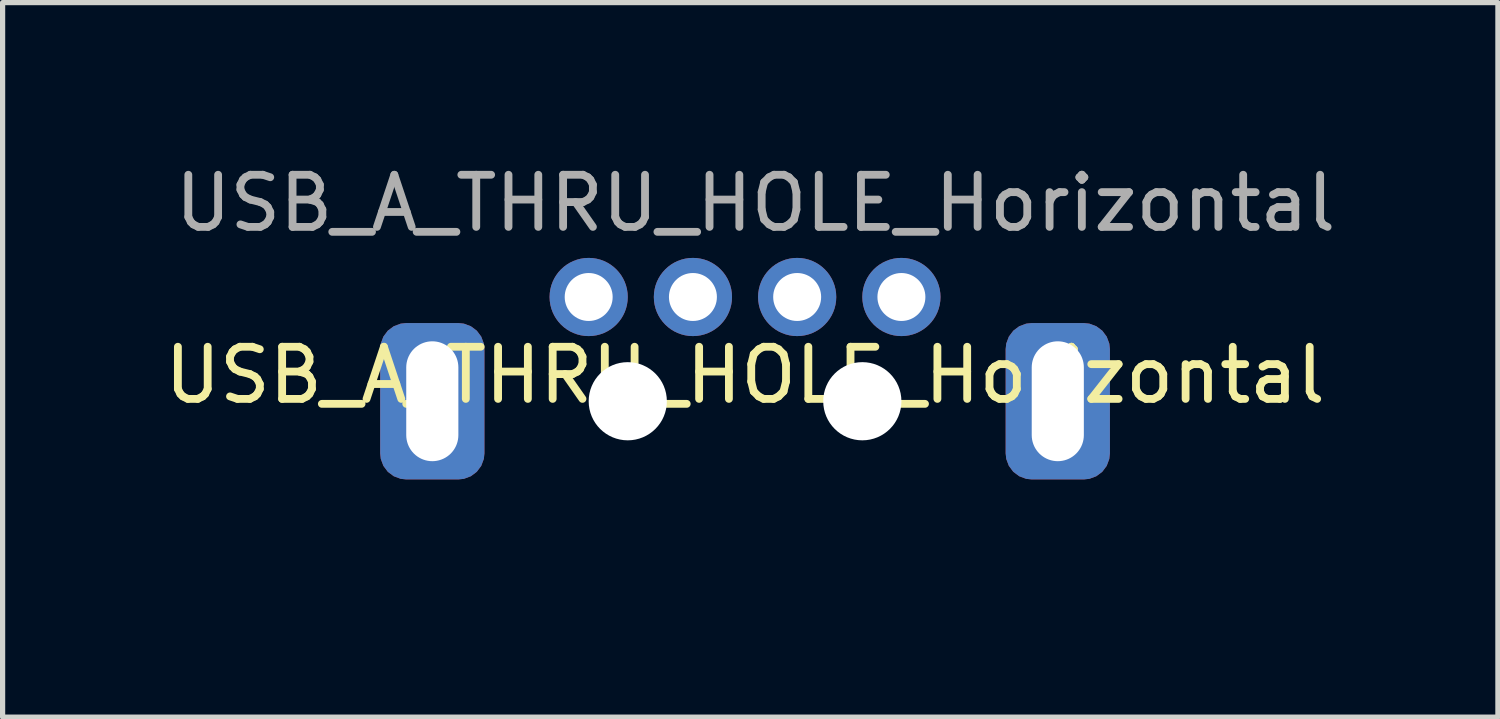
<source format=kicad_pcb>
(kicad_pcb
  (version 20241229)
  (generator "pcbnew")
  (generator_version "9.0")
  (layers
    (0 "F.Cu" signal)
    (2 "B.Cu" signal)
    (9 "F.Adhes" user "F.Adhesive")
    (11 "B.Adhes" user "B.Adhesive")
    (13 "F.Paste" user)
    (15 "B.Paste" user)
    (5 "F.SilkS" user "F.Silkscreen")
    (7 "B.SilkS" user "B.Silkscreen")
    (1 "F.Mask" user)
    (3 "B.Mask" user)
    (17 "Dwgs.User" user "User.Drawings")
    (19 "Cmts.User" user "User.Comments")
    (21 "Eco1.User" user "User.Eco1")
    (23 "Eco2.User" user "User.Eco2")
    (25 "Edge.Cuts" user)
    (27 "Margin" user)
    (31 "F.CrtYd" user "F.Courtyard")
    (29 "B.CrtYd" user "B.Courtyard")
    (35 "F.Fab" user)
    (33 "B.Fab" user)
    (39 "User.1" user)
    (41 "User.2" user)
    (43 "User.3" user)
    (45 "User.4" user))
  (footprint "USB_A_THRU_HOLE_Horizontal"
    (layer "F.Cu")
    (at 11.244 4.648)
    (property "Reference" "USB_A_THRU_HOLE_Horizontal" (at 0 -0.5 0) (unlocked yes) (layer "F.SilkS") (effects (font (size 1 1) (thickness 0.15))))
    (attr smd)
    (fp_line (start -5 3) (end 4 3) (stroke (width 0.12) (type solid)) (layer "User.9"))
    (fp_text user "${REFERENCE}" (at 0.2 -3.8 0) (unlocked yes) (layer "F.Fab") (effects (font (size 1 1) (thickness 0.15))))
    (fp_text user "PCB Edge" (at -0.1 2.2 0) (unlocked yes) (layer "User.9") (effects (font (size 1 1) (thickness 0.15))))
    (pad "" np_thru_hole circle (at -2.25 0) (size 1.5 1.5) (drill 1.5) (layers "*.Cu" "*.Mask"))
    (pad "" np_thru_hole circle (at 2.25 0) (size 1.5 1.5) (drill 1.5) (layers "*.Cu" "*.Mask"))
    (pad "1" thru_hole circle (at 3 -2) (size 1.5 1.5) (drill 0.92) (layers "*.Cu" "*.Mask"))
    (pad "2" thru_hole circle (at 1 -2) (size 1.5 1.5) (drill 0.92) (layers "*.Cu" "*.Mask"))
    (pad "3" thru_hole circle (at -1 -2) (size 1.5 1.5) (drill 0.92) (layers "*.Cu" "*.Mask"))
    (pad "4" thru_hole circle (at -3 -2) (size 1.5 1.5) (drill 0.92) (layers "*.Cu" "*.Mask"))
    (pad "5" thru_hole roundrect (at -6 0) (size 2 3) (drill oval 1 2.3) (layers "*.Cu" "*.Mask") (roundrect_rratio 0.25))
    (pad "5" thru_hole roundrect (at 6 0) (size 2 3) (drill oval 1 2.3) (layers "*.Cu" "*.Mask") (roundrect_rratio 0.25)))
  (gr_rect
    (start -3 -3)
    (end 25.688 10.708)
    (stroke (width 0.1) (type default))
    (fill no)
    (layer "Edge.Cuts")))
</source>
